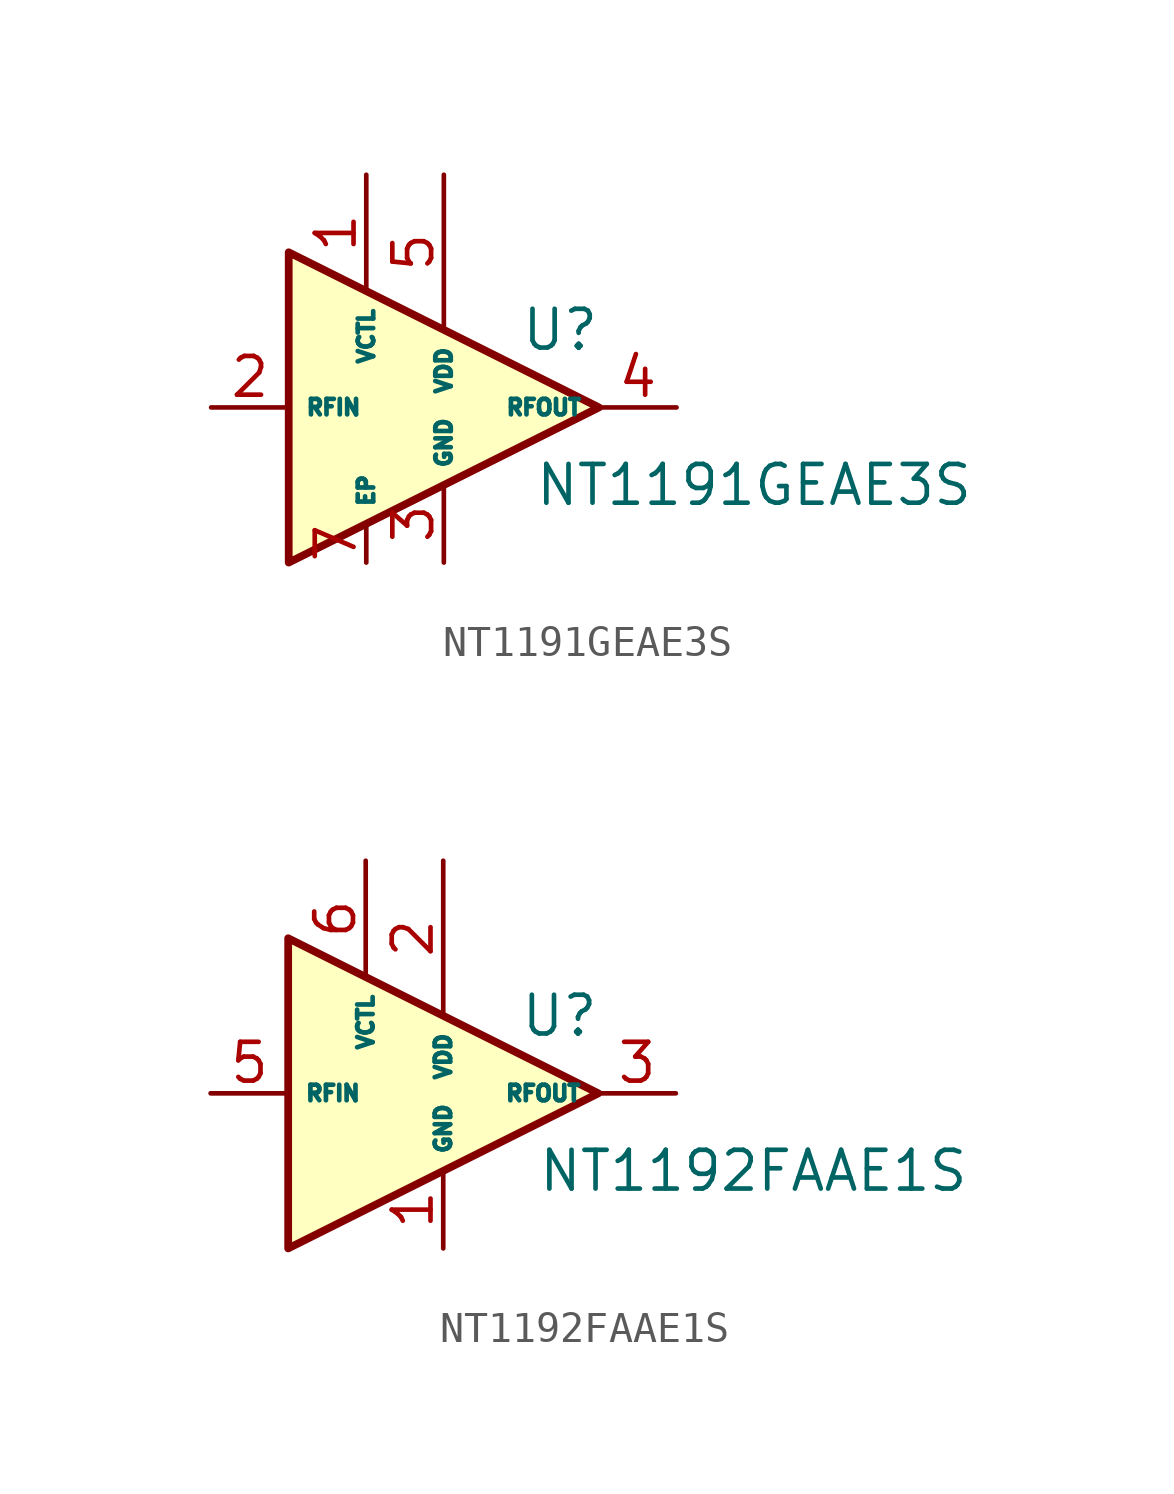
<source format=kicad_sym>
(kicad_symbol_lib
  (version 20231120)
  (generator "kicad_symbol_editor")
  (generator_version "8.0")
  (symbol "NT1191GEAE3S"
    (property "Reference" "U"
      (at 6.35 2.54 0)
      (effects (font (size 1.27 1.27))))
    (property "Value" "NT1191GEAE3S"
      (at 12.7 -2.54 0)
      (effects (font (size 1.27 1.27))))
    (symbol "NT1191GEAE3S_0_0"
      (pin input line (at -5.08 0 0) (length 2.54) (name "RFIN" (effects (font (size 0.508 0.508)))) (number "2" (effects (font (size 1.27 1.27)))))
      (pin output line (at 10.16 0 180) (length 2.54) (name "RFOUT" (effects (font (size 0.508 0.508)))) (number "4" (effects (font (size 1.27 1.27))))))
    (symbol "NT1191GEAE3S_0_1"
      (polyline (pts (xy -2.54 5.08) (xy -2.54 -2.54) (xy -2.54 -5.08) (xy 7.62 0) (xy -2.54 5.08)) (stroke (width 0.254) (type default)) (fill (type background))))
    (symbol "NT1191GEAE3S_1_0"
      (pin input line (at 0 7.62 270) (length 3.81) (name "VCTL" (effects (font (size 0.508 0.508)))) (number "1" (effects (font (size 1.27 1.27)))))
      (pin power_in line (at 2.54 -5.08 90) (length 2.54) (name "GND" (effects (font (size 0.508 0.508)))) (number "3" (effects (font (size 1.27 1.27)))))
      (pin power_in line (at 2.54 7.62 270) (length 5.08) (name "VDD" (effects (font (size 0.508 0.508)))) (number "5" (effects (font (size 1.27 1.27)))))
      (pin passive line (at 2.54 -5.08 90) (length 2.54) hide (name "NC(GND)" (effects (font (size 0.508 0.508)))) (number "6" (effects (font (size 1.27 1.27)))))
      (pin passive line (at 0 -5.08 90) (length 1.27) (name "EP" (effects (font (size 0.508 0.508)))) (number "7" (effects (font (size 1.27 1.27)))))))
  (symbol "NT1192FAAE1S"
    (property "Reference" "U"
      (at 6.35 2.54 0)
      (effects (font (size 1.27 1.27))))
    (property "Value" "NT1192FAAE1S"
      (at 12.7 -2.54 0)
      (effects (font (size 1.27 1.27))))
    (symbol "NT1192FAAE1S_0_0"
      (pin output line (at 10.16 0 180) (length 2.54) (name "RFOUT" (effects (font (size 0.508 0.508)))) (number "3" (effects (font (size 1.27 1.27)))))
      (pin input line (at -5.08 0 0) (length 2.54) (name "RFIN" (effects (font (size 0.508 0.508)))) (number "5" (effects (font (size 1.27 1.27))))))
    (symbol "NT1192FAAE1S_0_1"
      (polyline (pts (xy -2.54 5.08) (xy -2.54 -2.54) (xy -2.54 -5.08) (xy 7.62 0) (xy -2.54 5.08)) (stroke (width 0.254) (type default)) (fill (type background))))
    (symbol "NT1192FAAE1S_1_0"
      (pin power_in line (at 2.54 -5.08 90) (length 2.54) (name "GND" (effects (font (size 0.508 0.508)))) (number "1" (effects (font (size 1.27 1.27)))))
      (pin power_in line (at 2.54 7.62 270) (length 5.08) (name "VDD" (effects (font (size 0.508 0.508)))) (number "2" (effects (font (size 1.27 1.27)))))
      (pin passive line (at 2.54 -5.08 90) (length 2.54) hide (name "GND" (effects (font (size 0.508 0.508)))) (number "4" (effects (font (size 1.27 1.27)))))
      (pin input line (at 0 7.62 270) (length 3.81) (name "VCTL" (effects (font (size 0.508 0.508)))) (number "6" (effects (font (size 1.27 1.27))))))))
</source>
